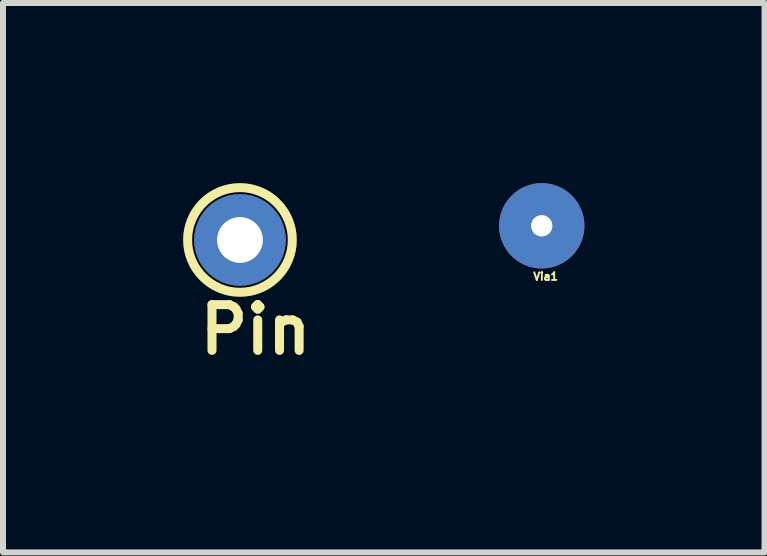
<source format=kicad_pcb>
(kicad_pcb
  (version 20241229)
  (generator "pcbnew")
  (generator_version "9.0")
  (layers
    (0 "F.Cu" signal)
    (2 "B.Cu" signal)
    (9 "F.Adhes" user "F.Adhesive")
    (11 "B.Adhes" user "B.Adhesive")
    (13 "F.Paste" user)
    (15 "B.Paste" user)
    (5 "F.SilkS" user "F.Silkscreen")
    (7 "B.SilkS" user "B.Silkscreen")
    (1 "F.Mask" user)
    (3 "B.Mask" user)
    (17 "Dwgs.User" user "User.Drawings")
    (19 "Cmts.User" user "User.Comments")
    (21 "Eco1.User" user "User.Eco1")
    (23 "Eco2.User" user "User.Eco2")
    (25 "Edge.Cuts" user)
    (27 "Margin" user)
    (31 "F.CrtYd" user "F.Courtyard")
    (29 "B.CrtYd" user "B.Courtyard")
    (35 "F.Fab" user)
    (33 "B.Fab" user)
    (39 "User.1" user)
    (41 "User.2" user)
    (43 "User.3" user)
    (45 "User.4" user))
  (footprint "Pin"
    (layer "F.Cu")
    (at 0.947 0.947)
    (property "Reference" "Pin" (at 0.26 1.495 0) (layer "F.SilkS") (effects (font (size 0.762 0.762) (thickness 0.15))))
    (attr through_hole)
    (fp_circle (center 0 0) (end 0.78 0.39) (stroke (width 0.15) (type solid)) (fill no) (layer "F.SilkS"))
    (pad "1" thru_hole circle (at 0 0) (size 1.524 1.524) (drill 0.762) (layers "*.Cu" "*.Mask")))
  (footprint "Via1"
    (layer "F.Cu")
    (at 5.974 0.711)
    (property "Reference" "Via1" (at 0.065 0.845 0) (layer "F.SilkS") (effects (font (size 0.127 0.127) (thickness 0.032))))
    (attr through_hole)
    (pad "1" thru_hole circle (at 0 0) (size 1.422 1.422) (drill 0.356) (layers "*.Cu" "*.Mask")))
  (gr_rect
    (start -3 -3)
    (end 9.685 6.151)
    (stroke (width 0.1) (type default))
    (fill no)
    (layer "Edge.Cuts")))
</source>
